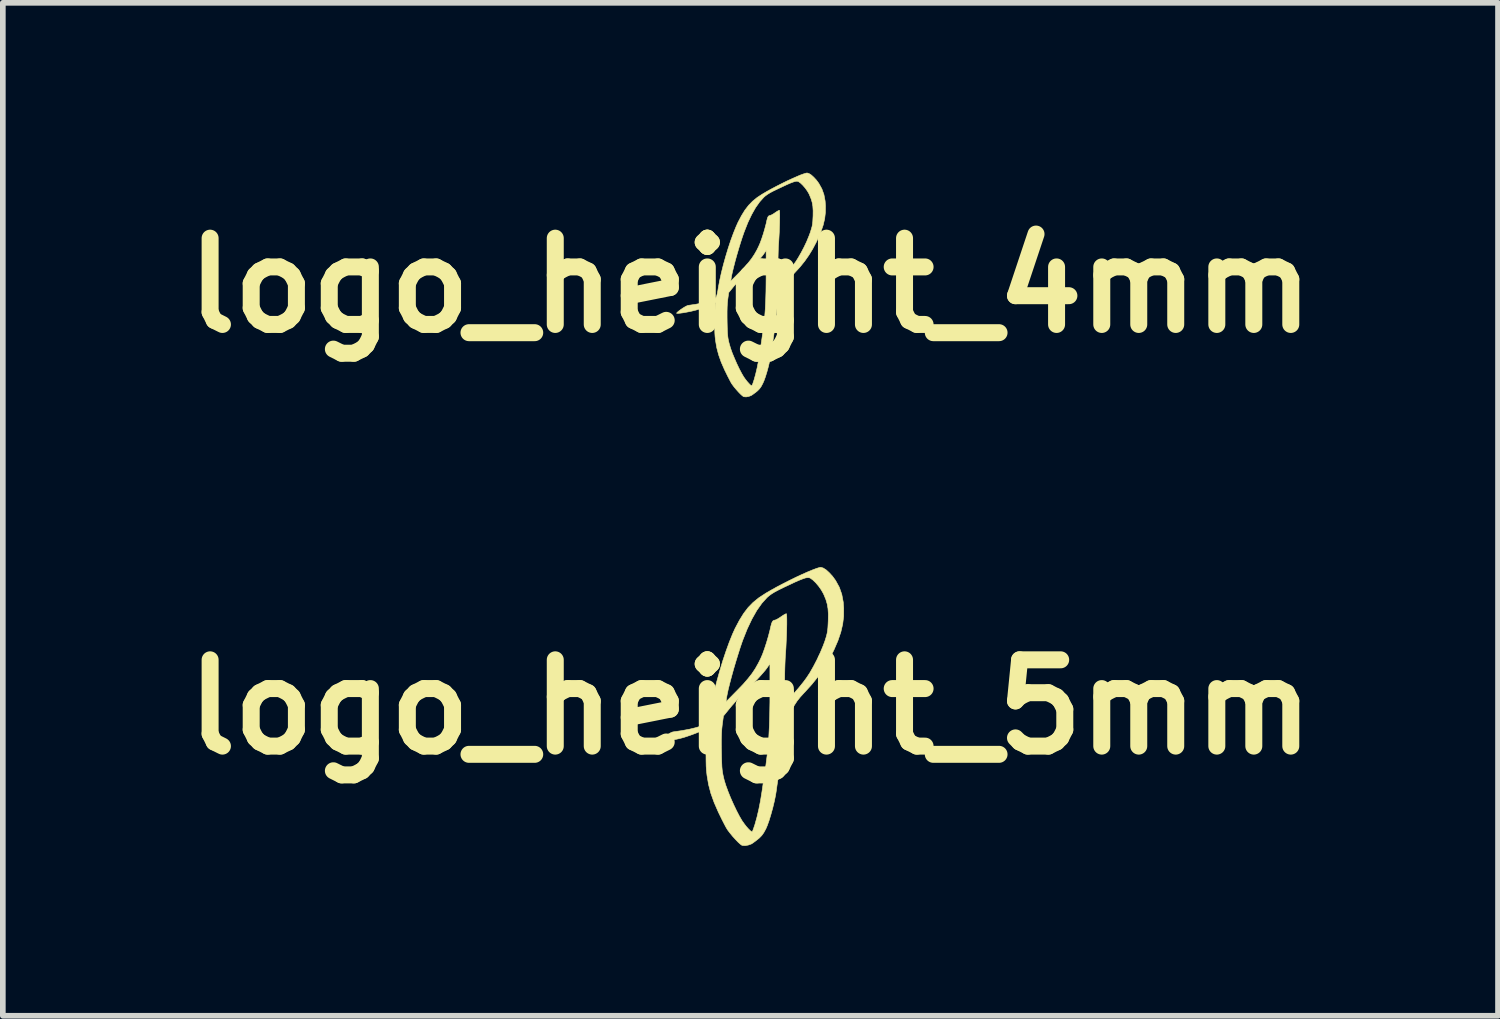
<source format=kicad_pcb>
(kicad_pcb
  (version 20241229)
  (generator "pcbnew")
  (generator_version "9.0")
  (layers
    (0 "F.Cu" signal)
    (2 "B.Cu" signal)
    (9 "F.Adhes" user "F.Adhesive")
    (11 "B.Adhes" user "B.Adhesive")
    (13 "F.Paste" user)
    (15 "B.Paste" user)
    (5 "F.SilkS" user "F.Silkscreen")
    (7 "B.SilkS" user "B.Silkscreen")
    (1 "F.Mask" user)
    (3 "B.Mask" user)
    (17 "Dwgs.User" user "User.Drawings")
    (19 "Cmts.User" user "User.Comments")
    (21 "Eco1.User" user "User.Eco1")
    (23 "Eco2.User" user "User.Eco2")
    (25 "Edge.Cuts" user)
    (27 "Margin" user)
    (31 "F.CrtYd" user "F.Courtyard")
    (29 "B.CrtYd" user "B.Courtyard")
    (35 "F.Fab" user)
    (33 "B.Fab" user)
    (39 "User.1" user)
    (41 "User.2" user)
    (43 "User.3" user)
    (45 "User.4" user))
  (footprint "logo_height_4mm"
    (layer "F.Cu")
    (at 10.204 1.991)
    (property "Reference" "logo_height_4mm" (at 0 0 0) (layer "F.SilkS") (effects (font (size 1.524 1.524) (thickness 0.3))))
    (attr through_hole)
    (fp_poly (pts (xy 1.034 -1.976) (xy 1.075 -1.95) (xy 1.119 -1.91) (xy 1.165 -1.86) (xy 1.207 -1.803) (xy 1.21 -1.798) (xy 1.262 -1.704) (xy 1.298 -1.603) (xy 1.319 -1.491) (xy 1.325 -1.405) (xy 1.324 -1.291) (xy 1.311 -1.178) (xy 1.284 -1.064) (xy 1.243 -0.944) (xy 1.186 -0.814) (xy 1.161 -0.761) (xy 1.097 -0.64) (xy 1.03 -0.531) (xy 0.957 -0.427) (xy 0.873 -0.323) (xy 0.773 -0.214) (xy 0.762 -0.202) (xy 0.707 -0.142) (xy 0.663 -0.086) (xy 0.624 -0.027) (xy 0.585 0.042) (xy 0.566 0.081) (xy 0.542 0.125) (xy 0.521 0.162) (xy 0.504 0.186) (xy 0.499 0.192) (xy 0.491 0.202) (xy 0.485 0.222) (xy 0.48 0.256) (xy 0.476 0.306) (xy 0.471 0.376) (xy 0.471 0.381) (xy 0.466 0.448) (xy 0.458 0.531) (xy 0.448 0.623) (xy 0.436 0.717) (xy 0.423 0.806) (xy 0.422 0.812) (xy 0.41 0.894) (xy 0.398 0.975) (xy 0.387 1.05) (xy 0.377 1.114) (xy 0.371 1.162) (xy 0.37 1.171) (xy 0.357 1.252) (xy 0.338 1.342) (xy 0.316 1.436) (xy 0.291 1.528) (xy 0.265 1.612) (xy 0.239 1.684) (xy 0.219 1.729) (xy 0.19 1.784) (xy 0.161 1.825) (xy 0.127 1.86) (xy 0.107 1.877) (xy 0.07 1.905) (xy 0.036 1.93) (xy 0.012 1.945) (xy -0.031 1.961) (xy -0.076 1.969) (xy -0.114 1.966) (xy -0.122 1.964) (xy -0.143 1.949) (xy -0.175 1.92) (xy -0.213 1.881) (xy -0.252 1.837) (xy -0.289 1.793) (xy -0.32 1.751) (xy -0.331 1.736) (xy -0.349 1.705) (xy -0.374 1.657) (xy -0.404 1.599) (xy -0.435 1.535) (xy -0.456 1.493) (xy -0.517 1.354) (xy -0.562 1.226) (xy -0.595 1.101) (xy -0.617 0.972) (xy -0.625 0.901) (xy -0.629 0.839) (xy -0.631 0.764) (xy -0.632 0.681) (xy -0.631 0.596) (xy -0.629 0.514) (xy -0.626 0.46) (xy -0.413 0.46) (xy -0.413 0.556) (xy -0.412 0.641) (xy -0.41 0.728) (xy -0.408 0.796) (xy -0.405 0.85) (xy -0.401 0.895) (xy -0.396 0.933) (xy -0.389 0.971) (xy -0.379 1.013) (xy -0.371 1.043) (xy -0.35 1.113) (xy -0.32 1.197) (xy -0.282 1.288) (xy -0.241 1.382) (xy -0.198 1.472) (xy -0.156 1.552) (xy -0.12 1.614) (xy -0.091 1.655) (xy -0.059 1.696) (xy -0.028 1.731) (xy -0.001 1.758) (xy 0.018 1.771) (xy 0.024 1.772) (xy 0.032 1.758) (xy 0.044 1.728) (xy 0.057 1.687) (xy 0.063 1.671) (xy 0.093 1.562) (xy 0.119 1.451) (xy 0.142 1.333) (xy 0.164 1.199) (xy 0.167 1.178) (xy 0.18 1.094) (xy 0.194 0.999) (xy 0.208 0.901) (xy 0.221 0.812) (xy 0.224 0.791) (xy 0.239 0.674) (xy 0.252 0.549) (xy 0.262 0.415) (xy 0.269 0.268) (xy 0.274 0.106) (xy 0.276 -0.074) (xy 0.277 -0.231) (xy 0.277 -0.617) (xy 0.234 -0.554) (xy 0.211 -0.523) (xy 0.174 -0.48) (xy 0.127 -0.427) (xy 0.071 -0.367) (xy 0.012 -0.305) (xy -0.049 -0.242) (xy -0.109 -0.183) (xy -0.148 -0.145) (xy -0.182 -0.112) (xy -0.223 -0.066) (xy -0.267 -0.016) (xy -0.297 0.02) (xy -0.384 0.127) (xy -0.401 0.251) (xy -0.407 0.311) (xy -0.411 0.379) (xy -0.413 0.46) (xy -0.626 0.46) (xy -0.626 0.44) (xy -0.621 0.379) (xy -0.616 0.344) (xy -0.609 0.301) (xy -0.729 0.352) (xy -0.792 0.377) (xy -0.86 0.403) (xy -0.924 0.424) (xy -0.953 0.433) (xy -1.004 0.446) (xy -1.063 0.46) (xy -1.126 0.472) (xy -1.186 0.483) (xy -1.24 0.49) (xy -1.28 0.494) (xy -1.303 0.494) (xy -1.303 0.487) (xy -1.288 0.471) (xy -1.262 0.449) (xy -1.228 0.424) (xy -1.191 0.399) (xy -1.155 0.377) (xy -1.124 0.361) (xy -1.103 0.353) (xy -0.977 0.335) (xy -0.867 0.314) (xy -0.775 0.292) (xy -0.701 0.27) (xy -0.648 0.246) (xy -0.618 0.224) (xy -0.606 0.208) (xy -0.596 0.183) (xy -0.586 0.146) (xy -0.576 0.094) (xy -0.567 0.037) (xy -0.546 -0.075) (xy -0.348 -0.075) (xy -0.185 -0.24) (xy -0.102 -0.326) (xy -0.035 -0.403) (xy 0.021 -0.475) (xy 0.069 -0.547) (xy 0.113 -0.624) (xy 0.144 -0.687) (xy 0.171 -0.749) (xy 0.2 -0.828) (xy 0.229 -0.916) (xy 0.255 -1.007) (xy 0.278 -1.094) (xy 0.288 -1.142) (xy 0.301 -1.191) (xy 0.315 -1.221) (xy 0.334 -1.234) (xy 0.346 -1.235) (xy 0.365 -1.242) (xy 0.396 -1.258) (xy 0.432 -1.282) (xy 0.466 -1.305) (xy 0.494 -1.321) (xy 0.51 -1.328) (xy 0.51 -1.328) (xy 0.514 -1.317) (xy 0.516 -1.286) (xy 0.517 -1.238) (xy 0.516 -1.176) (xy 0.515 -1.103) (xy 0.512 -1.022) (xy 0.509 -0.936) (xy 0.504 -0.848) (xy 0.499 -0.762) (xy 0.496 -0.722) (xy 0.493 -0.674) (xy 0.491 -0.613) (xy 0.489 -0.544) (xy 0.487 -0.469) (xy 0.486 -0.391) (xy 0.485 -0.315) (xy 0.485 -0.243) (xy 0.486 -0.18) (xy 0.487 -0.127) (xy 0.488 -0.09) (xy 0.491 -0.071) (xy 0.492 -0.069) (xy 0.503 -0.077) (xy 0.524 -0.097) (xy 0.546 -0.118) (xy 0.618 -0.195) (xy 0.691 -0.279) (xy 0.758 -0.363) (xy 0.797 -0.415) (xy 0.844 -0.489) (xy 0.895 -0.578) (xy 0.946 -0.675) (xy 0.993 -0.774) (xy 1.032 -0.869) (xy 1.058 -0.938) (xy 1.075 -0.995) (xy 1.088 -1.04) (xy 1.096 -1.083) (xy 1.101 -1.131) (xy 1.104 -1.191) (xy 1.106 -1.228) (xy 1.107 -1.32) (xy 1.102 -1.397) (xy 1.091 -1.463) (xy 1.072 -1.527) (xy 1.044 -1.595) (xy 1.035 -1.616) (xy 1.006 -1.666) (xy 0.969 -1.718) (xy 0.927 -1.767) (xy 0.887 -1.806) (xy 0.851 -1.832) (xy 0.844 -1.835) (xy 0.828 -1.84) (xy 0.807 -1.84) (xy 0.78 -1.834) (xy 0.744 -1.822) (xy 0.697 -1.804) (xy 0.636 -1.777) (xy 0.559 -1.741) (xy 0.477 -1.702) (xy 0.402 -1.666) (xy 0.344 -1.635) (xy 0.299 -1.607) (xy 0.262 -1.58) (xy 0.236 -1.557) (xy 0.163 -1.476) (xy 0.09 -1.373) (xy 0.021 -1.251) (xy -0.046 -1.11) (xy -0.108 -0.953) (xy -0.114 -0.937) (xy -0.145 -0.848) (xy -0.177 -0.749) (xy -0.209 -0.644) (xy -0.24 -0.538) (xy -0.269 -0.434) (xy -0.294 -0.336) (xy -0.316 -0.248) (xy -0.332 -0.175) (xy -0.34 -0.127) (xy -0.348 -0.075) (xy -0.546 -0.075) (xy -0.544 -0.086) (xy -0.514 -0.222) (xy -0.478 -0.365) (xy -0.437 -0.512) (xy -0.393 -0.657) (xy -0.347 -0.796) (xy -0.3 -0.924) (xy -0.254 -1.038) (xy -0.22 -1.114) (xy -0.158 -1.232) (xy -0.097 -1.331) (xy -0.032 -1.415) (xy 0.038 -1.487) (xy 0.119 -1.553) (xy 0.212 -1.614) (xy 0.216 -1.616) (xy 0.292 -1.661) (xy 0.376 -1.707) (xy 0.465 -1.754) (xy 0.556 -1.8) (xy 0.645 -1.844) (xy 0.732 -1.884) (xy 0.811 -1.919) (xy 0.881 -1.949) (xy 0.939 -1.97) (xy 0.981 -1.983) (xy 1.001 -1.986) (xy 1.034 -1.976)) (stroke (width 0.01) (type solid)) (fill yes) (layer "F.SilkS")))
  (footprint "logo_height_5mm"
    (layer "F.Cu")
    (at 10.204 9.438)
    (property "Reference" "logo_height_5mm" (at 0 0 0) (layer "F.SilkS") (effects (font (size 1.524 1.524) (thickness 0.3))))
    (attr through_hole)
    (fp_poly (pts (xy 1.285 -2.456) (xy 1.336 -2.424) (xy 1.391 -2.374) (xy 1.448 -2.312) (xy 1.5 -2.241) (xy 1.504 -2.235) (xy 1.569 -2.117) (xy 1.613 -1.992) (xy 1.639 -1.853) (xy 1.647 -1.747) (xy 1.646 -1.604) (xy 1.629 -1.465) (xy 1.596 -1.323) (xy 1.545 -1.173) (xy 1.475 -1.011) (xy 1.443 -0.946) (xy 1.363 -0.796) (xy 1.281 -0.66) (xy 1.189 -0.531) (xy 1.085 -0.402) (xy 0.961 -0.265) (xy 0.947 -0.251) (xy 0.879 -0.176) (xy 0.824 -0.107) (xy 0.776 -0.033) (xy 0.728 0.053) (xy 0.703 0.1) (xy 0.674 0.155) (xy 0.647 0.201) (xy 0.626 0.231) (xy 0.62 0.238) (xy 0.61 0.251) (xy 0.603 0.276) (xy 0.597 0.318) (xy 0.591 0.381) (xy 0.586 0.467) (xy 0.586 0.473) (xy 0.58 0.557) (xy 0.57 0.661) (xy 0.557 0.775) (xy 0.542 0.892) (xy 0.526 1.002) (xy 0.525 1.01) (xy 0.509 1.111) (xy 0.494 1.212) (xy 0.481 1.305) (xy 0.469 1.385) (xy 0.461 1.444) (xy 0.46 1.455) (xy 0.444 1.556) (xy 0.421 1.668) (xy 0.393 1.784) (xy 0.361 1.899) (xy 0.329 2.004) (xy 0.297 2.093) (xy 0.273 2.149) (xy 0.236 2.217) (xy 0.2 2.268) (xy 0.157 2.312) (xy 0.133 2.332) (xy 0.087 2.368) (xy 0.045 2.399) (xy 0.015 2.418) (xy -0.038 2.437) (xy -0.094 2.447) (xy -0.141 2.444) (xy -0.151 2.441) (xy -0.178 2.422) (xy -0.218 2.386) (xy -0.264 2.338) (xy -0.313 2.284) (xy -0.359 2.228) (xy -0.398 2.177) (xy -0.411 2.158) (xy -0.434 2.119) (xy -0.465 2.06) (xy -0.502 1.988) (xy -0.541 1.908) (xy -0.567 1.855) (xy -0.642 1.683) (xy -0.699 1.524) (xy -0.74 1.368) (xy -0.767 1.208) (xy -0.777 1.119) (xy -0.782 1.043) (xy -0.784 0.95) (xy -0.785 0.847) (xy -0.784 0.741) (xy -0.782 0.639) (xy -0.779 0.571) (xy -0.514 0.571) (xy -0.514 0.691) (xy -0.512 0.796) (xy -0.51 0.905) (xy -0.507 0.99) (xy -0.504 1.057) (xy -0.499 1.112) (xy -0.492 1.16) (xy -0.483 1.207) (xy -0.471 1.259) (xy -0.462 1.296) (xy -0.435 1.383) (xy -0.397 1.487) (xy -0.351 1.601) (xy -0.299 1.718) (xy -0.246 1.829) (xy -0.194 1.929) (xy -0.149 2.006) (xy -0.113 2.057) (xy -0.074 2.108) (xy -0.035 2.152) (xy -0.001 2.185) (xy 0.022 2.201) (xy 0.03 2.202) (xy 0.04 2.185) (xy 0.054 2.148) (xy 0.071 2.097) (xy 0.078 2.077) (xy 0.116 1.941) (xy 0.148 1.804) (xy 0.177 1.657) (xy 0.204 1.49) (xy 0.208 1.464) (xy 0.223 1.36) (xy 0.241 1.241) (xy 0.259 1.12) (xy 0.275 1.009) (xy 0.278 0.983) (xy 0.297 0.837) (xy 0.313 0.683) (xy 0.325 0.516) (xy 0.334 0.334) (xy 0.34 0.132) (xy 0.344 -0.091) (xy 0.344 -0.287) (xy 0.344 -0.767) (xy 0.291 -0.689) (xy 0.262 -0.651) (xy 0.216 -0.597) (xy 0.157 -0.531) (xy 0.089 -0.457) (xy 0.015 -0.379) (xy -0.061 -0.301) (xy -0.136 -0.228) (xy -0.184 -0.181) (xy -0.226 -0.139) (xy -0.277 -0.082) (xy -0.332 -0.02) (xy -0.369 0.025) (xy -0.477 0.158) (xy -0.498 0.312) (xy -0.506 0.387) (xy -0.511 0.471) (xy -0.514 0.571) (xy -0.779 0.571) (xy -0.778 0.546) (xy -0.772 0.471) (xy -0.766 0.428) (xy -0.757 0.375) (xy -0.906 0.438) (xy -0.984 0.469) (xy -1.069 0.5) (xy -1.149 0.527) (xy -1.184 0.538) (xy -1.248 0.555) (xy -1.321 0.571) (xy -1.399 0.587) (xy -1.474 0.6) (xy -1.541 0.609) (xy -1.592 0.614) (xy -1.619 0.614) (xy -1.62 0.605) (xy -1.601 0.585) (xy -1.568 0.558) (xy -1.526 0.527) (xy -1.48 0.496) (xy -1.435 0.468) (xy -1.397 0.448) (xy -1.371 0.439) (xy -1.214 0.416) (xy -1.078 0.391) (xy -0.963 0.363) (xy -0.871 0.335) (xy -0.805 0.306) (xy -0.768 0.279) (xy -0.753 0.258) (xy -0.741 0.227) (xy -0.729 0.182) (xy -0.716 0.117) (xy -0.704 0.047) (xy -0.679 -0.093) (xy -0.432 -0.093) (xy -0.229 -0.299) (xy -0.127 -0.405) (xy -0.044 -0.501) (xy 0.026 -0.59) (xy 0.086 -0.68) (xy 0.14 -0.776) (xy 0.179 -0.854) (xy 0.213 -0.932) (xy 0.248 -1.029) (xy 0.284 -1.139) (xy 0.317 -1.252) (xy 0.345 -1.36) (xy 0.358 -1.42) (xy 0.374 -1.481) (xy 0.392 -1.517) (xy 0.416 -1.534) (xy 0.43 -1.535) (xy 0.453 -1.543) (xy 0.492 -1.564) (xy 0.536 -1.593) (xy 0.579 -1.622) (xy 0.614 -1.642) (xy 0.634 -1.65) (xy 0.634 -1.65) (xy 0.638 -1.637) (xy 0.641 -1.598) (xy 0.642 -1.538) (xy 0.642 -1.461) (xy 0.64 -1.371) (xy 0.637 -1.27) (xy 0.632 -1.163) (xy 0.627 -1.054) (xy 0.62 -0.947) (xy 0.616 -0.897) (xy 0.613 -0.838) (xy 0.61 -0.763) (xy 0.607 -0.676) (xy 0.605 -0.583) (xy 0.604 -0.486) (xy 0.603 -0.392) (xy 0.603 -0.302) (xy 0.604 -0.223) (xy 0.605 -0.158) (xy 0.607 -0.112) (xy 0.61 -0.088) (xy 0.611 -0.086) (xy 0.625 -0.096) (xy 0.652 -0.12) (xy 0.679 -0.147) (xy 0.768 -0.242) (xy 0.859 -0.347) (xy 0.943 -0.452) (xy 0.99 -0.516) (xy 1.05 -0.607) (xy 1.113 -0.718) (xy 1.176 -0.839) (xy 1.234 -0.963) (xy 1.283 -1.08) (xy 1.315 -1.166) (xy 1.337 -1.236) (xy 1.352 -1.293) (xy 1.362 -1.347) (xy 1.368 -1.406) (xy 1.372 -1.48) (xy 1.374 -1.526) (xy 1.376 -1.641) (xy 1.37 -1.736) (xy 1.356 -1.819) (xy 1.333 -1.898) (xy 1.298 -1.983) (xy 1.286 -2.008) (xy 1.25 -2.071) (xy 1.204 -2.136) (xy 1.153 -2.196) (xy 1.102 -2.245) (xy 1.058 -2.277) (xy 1.049 -2.281) (xy 1.029 -2.286) (xy 1.003 -2.286) (xy 0.969 -2.28) (xy 0.925 -2.265) (xy 0.866 -2.242) (xy 0.79 -2.209) (xy 0.695 -2.164) (xy 0.592 -2.116) (xy 0.499 -2.07) (xy 0.427 -2.032) (xy 0.371 -1.997) (xy 0.326 -1.964) (xy 0.293 -1.935) (xy 0.202 -1.834) (xy 0.112 -1.707) (xy 0.026 -1.555) (xy -0.057 -1.38) (xy -0.135 -1.184) (xy -0.142 -1.165) (xy -0.18 -1.054) (xy -0.219 -0.931) (xy -0.259 -0.801) (xy -0.298 -0.669) (xy -0.334 -0.539) (xy -0.366 -0.417) (xy -0.393 -0.309) (xy -0.412 -0.218) (xy -0.423 -0.158) (xy -0.432 -0.093) (xy -0.679 -0.093) (xy -0.676 -0.107) (xy -0.639 -0.276) (xy -0.594 -0.454) (xy -0.543 -0.636) (xy -0.489 -0.816) (xy -0.431 -0.989) (xy -0.373 -1.149) (xy -0.316 -1.29) (xy -0.273 -1.385) (xy -0.196 -1.531) (xy -0.12 -1.654) (xy -0.04 -1.759) (xy 0.048 -1.849) (xy 0.148 -1.93) (xy 0.264 -2.006) (xy 0.268 -2.009) (xy 0.363 -2.064) (xy 0.467 -2.122) (xy 0.578 -2.18) (xy 0.69 -2.237) (xy 0.802 -2.292) (xy 0.909 -2.342) (xy 1.008 -2.386) (xy 1.095 -2.422) (xy 1.167 -2.449) (xy 1.219 -2.465) (xy 1.244 -2.468) (xy 1.285 -2.456)) (stroke (width 0.01) (type solid)) (fill yes) (layer "F.SilkS")))
  (gr_rect
    (start -3 -3)
    (end 23.407 14.89)
    (stroke (width 0.1) (type default))
    (fill no)
    (layer "Edge.Cuts")))
</source>
